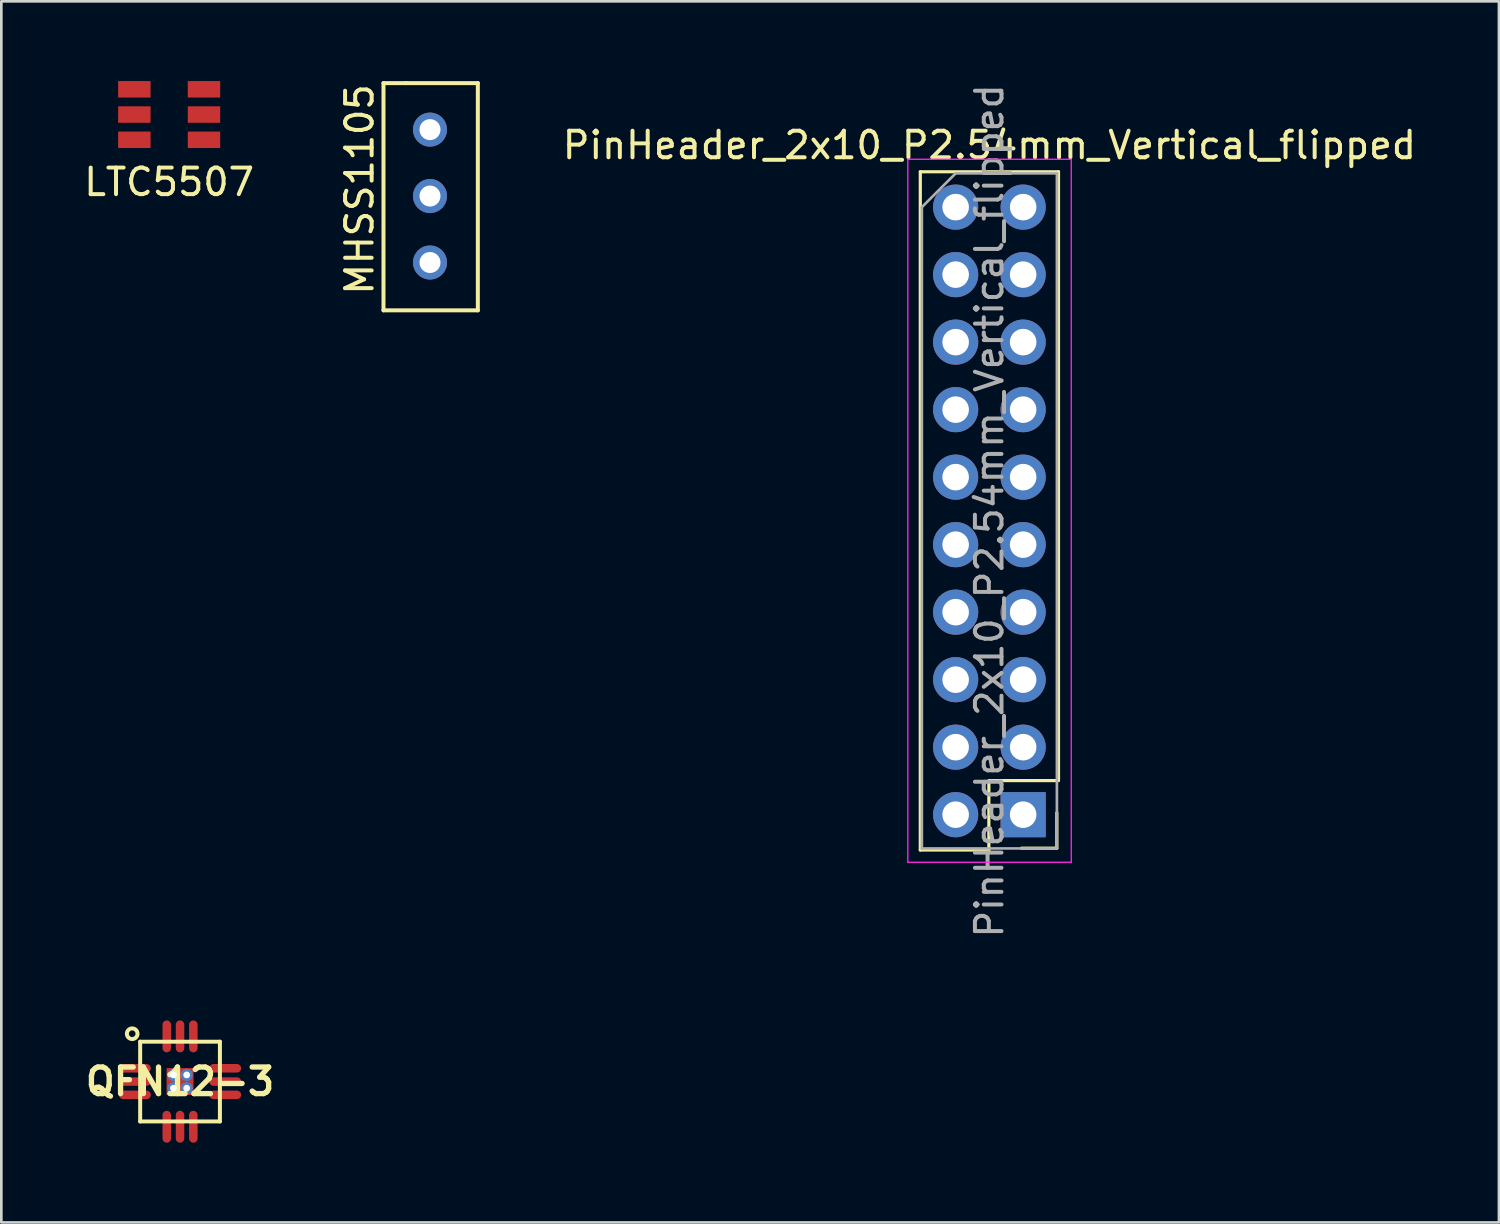
<source format=kicad_pcb>
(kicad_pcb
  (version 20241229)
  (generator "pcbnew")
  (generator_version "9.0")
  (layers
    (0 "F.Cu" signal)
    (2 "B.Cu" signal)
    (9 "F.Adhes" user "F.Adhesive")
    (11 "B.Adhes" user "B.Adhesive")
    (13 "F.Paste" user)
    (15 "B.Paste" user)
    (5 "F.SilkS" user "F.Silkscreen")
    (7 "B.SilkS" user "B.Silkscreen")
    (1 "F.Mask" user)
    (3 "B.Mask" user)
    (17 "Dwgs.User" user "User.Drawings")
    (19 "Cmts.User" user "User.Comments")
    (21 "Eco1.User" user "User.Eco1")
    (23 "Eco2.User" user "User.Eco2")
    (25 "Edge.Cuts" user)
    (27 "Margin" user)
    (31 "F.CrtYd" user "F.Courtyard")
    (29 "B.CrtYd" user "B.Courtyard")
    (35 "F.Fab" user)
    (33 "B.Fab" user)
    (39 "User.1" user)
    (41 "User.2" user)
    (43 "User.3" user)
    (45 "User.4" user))
  (footprint "MHSS1105"
    (layer "F.Cu")
    (at 13.129 4.327)
    (property "Reference" "MHSS1105" (at -2.65 -0.25 90) (layer "F.SilkS") (effects (font (size 1 1) (thickness 0.15))))
    (attr through_hole)
    (fp_line (start -1.75 -4.25) (end -0.9 -4.25) (stroke (width 0.15) (type solid)) (layer "F.SilkS"))
    (fp_line (start -1.75 4.3) (end -1.75 -4.25) (stroke (width 0.15) (type solid)) (layer "F.SilkS"))
    (fp_line (start -0.9 -4.25) (end 1.8 -4.25) (stroke (width 0.15) (type solid)) (layer "F.SilkS"))
    (fp_line (start 1.8 -4.25) (end 1.8 4.3) (stroke (width 0.15) (type solid)) (layer "F.SilkS"))
    (fp_line (start 1.8 4.3) (end -1.75 4.3) (stroke (width 0.15) (type solid)) (layer "F.SilkS"))
    (pad "1" thru_hole circle (at 0 -2.5) (size 1.28 1.28) (drill 0.79) (layers "*.Cu" "*.Mask"))
    (pad "2" thru_hole circle (at 0 0) (size 1.28 1.28) (drill 0.79) (layers "*.Cu" "*.Mask"))
    (pad "3" thru_hole circle (at 0 2.5) (size 1.28 1.28) (drill 0.79) (layers "*.Cu" "*.Mask")))
  (footprint "PinHeader_2x10_P2.54mm_Vertical_flipped"
    (layer "F.Cu")
    (at 32.907 4.743)
    (property "Reference" "PinHeader_2x10_P2.54mm_Vertical_flipped" (at 1.27 -2.33 0) (layer "F.SilkS") (effects (font (size 1 1) (thickness 0.15))))
    (attr through_hole)
    (fp_line (start -1.33 -1.33) (end -1.33 24.19) (stroke (width 0.12) (type solid)) (layer "F.SilkS"))
    (fp_line (start -1.33 -1.33) (end 3.87 -1.33) (stroke (width 0.12) (type solid)) (layer "F.SilkS"))
    (fp_line (start -1.33 24.19) (end 1.25 24.19) (stroke (width 0.12) (type solid)) (layer "F.SilkS"))
    (fp_line (start 1.25 24.181) (end 1.25 21.581) (stroke (width 0.12) (type solid)) (layer "F.SilkS"))
    (fp_line (start 1.26 21.577) (end 3.86 21.577) (stroke (width 0.12) (type solid)) (layer "F.SilkS"))
    (fp_line (start 2.475 24.122) (end 3.805 24.122) (stroke (width 0.12) (type solid)) (layer "F.SilkS"))
    (fp_line (start 3.807 24.117) (end 3.807 22.787) (stroke (width 0.12) (type solid)) (layer "F.SilkS"))
    (fp_line (start 3.87 -1.33) (end 3.87 21.577) (stroke (width 0.12) (type solid)) (layer "F.SilkS"))
    (fp_line (start -1.8 -1.8) (end -1.8 24.65) (stroke (width 0.05) (type solid)) (layer "F.CrtYd"))
    (fp_line (start -1.8 24.65) (end 4.35 24.65) (stroke (width 0.05) (type solid)) (layer "F.CrtYd"))
    (fp_line (start 4.35 -1.8) (end -1.8 -1.8) (stroke (width 0.05) (type solid)) (layer "F.CrtYd"))
    (fp_line (start 4.35 24.65) (end 4.35 -1.8) (stroke (width 0.05) (type solid)) (layer "F.CrtYd"))
    (fp_line (start -1.27 0) (end 0 -1.27) (stroke (width 0.1) (type solid)) (layer "F.Fab"))
    (fp_line (start -1.27 24.13) (end -1.27 0) (stroke (width 0.1) (type solid)) (layer "F.Fab"))
    (fp_line (start 0 -1.27) (end 3.81 -1.27) (stroke (width 0.1) (type solid)) (layer "F.Fab"))
    (fp_line (start 3.81 -1.27) (end 3.81 24.13) (stroke (width 0.1) (type solid)) (layer "F.Fab"))
    (fp_line (start 3.81 24.13) (end -1.27 24.13) (stroke (width 0.1) (type solid)) (layer "F.Fab"))
    (fp_text user "${REFERENCE}" (at 1.27 11.43 90) (layer "F.Fab") (effects (font (size 1 1) (thickness 0.15))))
    (pad "1" thru_hole oval (at 0 0) (size 1.7 1.7) (drill 1) (layers "*.Cu" "*.Mask"))
    (pad "2" thru_hole oval (at 2.54 0) (size 1.7 1.7) (drill 1) (layers "*.Cu" "*.Mask"))
    (pad "3" thru_hole oval (at 0 2.54) (size 1.7 1.7) (drill 1) (layers "*.Cu" "*.Mask"))
    (pad "4" thru_hole oval (at 2.54 2.54) (size 1.7 1.7) (drill 1) (layers "*.Cu" "*.Mask"))
    (pad "5" thru_hole oval (at 0 5.08) (size 1.7 1.7) (drill 1) (layers "*.Cu" "*.Mask"))
    (pad "6" thru_hole oval (at 2.54 5.08) (size 1.7 1.7) (drill 1) (layers "*.Cu" "*.Mask"))
    (pad "7" thru_hole oval (at 0 7.62) (size 1.7 1.7) (drill 1) (layers "*.Cu" "*.Mask"))
    (pad "8" thru_hole oval (at 2.54 7.62) (size 1.7 1.7) (drill 1) (layers "*.Cu" "*.Mask"))
    (pad "9" thru_hole oval (at 0 10.16) (size 1.7 1.7) (drill 1) (layers "*.Cu" "*.Mask"))
    (pad "10" thru_hole oval (at 2.54 10.16) (size 1.7 1.7) (drill 1) (layers "*.Cu" "*.Mask"))
    (pad "11" thru_hole oval (at 0 12.7) (size 1.7 1.7) (drill 1) (layers "*.Cu" "*.Mask"))
    (pad "12" thru_hole oval (at 2.54 12.7) (size 1.7 1.7) (drill 1) (layers "*.Cu" "*.Mask"))
    (pad "13" thru_hole oval (at 0 15.24) (size 1.7 1.7) (drill 1) (layers "*.Cu" "*.Mask"))
    (pad "14" thru_hole oval (at 2.54 15.24) (size 1.7 1.7) (drill 1) (layers "*.Cu" "*.Mask"))
    (pad "15" thru_hole oval (at 0 17.78) (size 1.7 1.7) (drill 1) (layers "*.Cu" "*.Mask"))
    (pad "16" thru_hole oval (at 2.54 17.78) (size 1.7 1.7) (drill 1) (layers "*.Cu" "*.Mask"))
    (pad "17" thru_hole oval (at 0 20.32) (size 1.7 1.7) (drill 1) (layers "*.Cu" "*.Mask"))
    (pad "18" thru_hole oval (at 2.54 20.32) (size 1.7 1.7) (drill 1) (layers "*.Cu" "*.Mask"))
    (pad "19" thru_hole oval (at 0 22.86) (size 1.7 1.7) (drill 1) (layers "*.Cu" "*.Mask"))
    (pad "20" thru_hole rect (at 2.54 22.86) (size 1.7 1.7) (drill 1) (layers "*.Cu" "*.Mask")))
  (footprint "LTC5507"
    (layer "F.Cu")
    (at 3.315 1.26)
    (property "Reference" "LTC5507" (at 0 2.54 0) (layer "F.SilkS") (effects (font (size 1 1) (thickness 0.15))))
    (attr smd)
    (pad "1" smd rect (at -1.31 -0.95) (size 1.22 0.62) (layers "F.Cu" "F.Mask" "F.Paste"))
    (pad "2" smd rect (at -1.31 0) (size 1.22 0.62) (layers "F.Cu" "F.Mask" "F.Paste"))
    (pad "3" smd rect (at -1.31 0.95) (size 1.22 0.62) (layers "F.Cu" "F.Mask" "F.Paste"))
    (pad "4" smd rect (at 1.31 0.95) (size 1.22 0.62) (layers "F.Cu" "F.Mask" "F.Paste"))
    (pad "5" smd rect (at 1.31 0) (size 1.22 0.62) (layers "F.Cu" "F.Mask" "F.Paste"))
    (pad "6" smd rect (at 1.31 -0.95) (size 1.22 0.62) (layers "F.Cu" "F.Mask" "F.Paste")))
  (footprint "QFN12-3"
    (layer "F.Cu")
    (at 3.724 37.645)
    (property "Reference" "QFN12-3" (at 0 0 0) (layer "F.SilkS") (effects (font (size 1 1) (thickness 0.2))))
    (attr smd)
    (fp_line (start -1.5 -1.5) (end 1.5 -1.5) (stroke (width 0.15) (type solid)) (layer "F.SilkS"))
    (fp_line (start -1.5 1.5) (end -1.5 -1.5) (stroke (width 0.15) (type solid)) (layer "F.SilkS"))
    (fp_line (start 1.5 -1.5) (end 1.5 1.5) (stroke (width 0.15) (type solid)) (layer "F.SilkS"))
    (fp_line (start 1.5 1.5) (end -1.5 1.5) (stroke (width 0.15) (type solid)) (layer "F.SilkS"))
    (fp_circle (center -1.8 -1.8) (end -1.6 -1.8) (stroke (width 0.15) (type solid)) (fill no) (layer "F.SilkS"))
    (pad "0" thru_hole circle (at -0.25 -0.25) (size 0.457 0.457) (drill 0.254) (layers "*.Cu" "B.Mask"))
    (pad "0" smd rect (at -0.25 -0.25) (size 0.5 0.5) (layers "F.Cu" "F.Paste"))
    (pad "0" thru_hole circle (at -0.25 0.25) (size 0.457 0.457) (drill 0.254) (layers "*.Cu" "B.Mask"))
    (pad "0" smd rect (at -0.25 0.25) (size 0.5 0.5) (layers "F.Cu" "F.Paste"))
    (pad "0" smd rect (at 0 0) (size 1 1) (layers "F.Cu" "F.Mask"))
    (pad "0" thru_hole circle (at 0.25 -0.25) (size 0.457 0.457) (drill 0.254) (layers "*.Cu" "B.Mask"))
    (pad "0" smd rect (at 0.25 -0.25) (size 0.5 0.5) (layers "F.Cu" "F.Paste"))
    (pad "0" thru_hole circle (at 0.25 0.25) (size 0.457 0.457) (drill 0.254) (layers "*.Cu" "B.Mask"))
    (pad "0" smd rect (at 0.25 0.25) (size 0.5 0.5) (layers "F.Cu" "F.Paste"))
    (pad "1" smd oval (at -1.7 -0.5) (size 1.2 0.32) (layers "F.Cu" "F.Mask" "F.Paste"))
    (pad "2" smd oval (at -1.7 0) (size 1.2 0.32) (layers "F.Cu" "F.Mask" "F.Paste"))
    (pad "3" smd oval (at -1.7 0.5) (size 1.2 0.32) (layers "F.Cu" "F.Mask" "F.Paste"))
    (pad "4" smd oval (at -0.5 1.7 90) (size 1.2 0.32) (layers "F.Cu" "F.Mask" "F.Paste"))
    (pad "5" smd oval (at 0 1.7 90) (size 1.2 0.32) (layers "F.Cu" "F.Mask" "F.Paste"))
    (pad "6" smd oval (at 0.5 1.7 90) (size 1.2 0.32) (layers "F.Cu" "F.Mask" "F.Paste"))
    (pad "7" smd oval (at 1.7 0.5) (size 1.2 0.32) (layers "F.Cu" "F.Mask" "F.Paste"))
    (pad "8" smd oval (at 1.7 0) (size 1.2 0.32) (layers "F.Cu" "F.Mask" "F.Paste"))
    (pad "9" smd oval (at 1.7 -0.5) (size 1.2 0.32) (layers "F.Cu" "F.Mask" "F.Paste"))
    (pad "10" smd oval (at 0.5 -1.7 90) (size 1.2 0.32) (layers "F.Cu" "F.Mask" "F.Paste"))
    (pad "11" smd oval (at 0 -1.7 90) (size 1.2 0.32) (layers "F.Cu" "F.Mask" "F.Paste"))
    (pad "12" smd oval (at -0.5 -1.7 90) (size 1.2 0.32) (layers "F.Cu" "F.Mask" "F.Paste")))
  (gr_rect
    (start -3 -3)
    (end 53.349 42.945)
    (stroke (width 0.1) (type default))
    (fill no)
    (layer "Edge.Cuts")))
</source>
